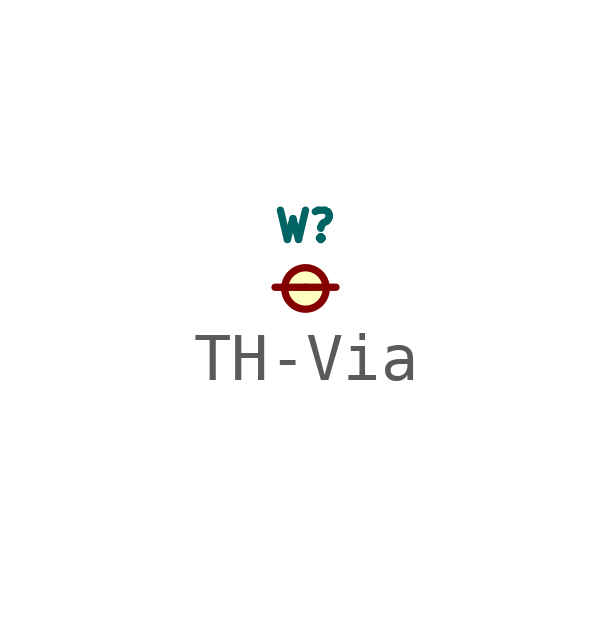
<source format=kicad_sym>
(kicad_symbol_lib
  (version 20220914)
  (generator kicad_symbol_editor)
  (symbol "TH-Via"
    (pin_numbers hide)
    (pin_names
      (offset 0))
    (property "Reference" "W"
      (at 0.635 1.27 0)
      (effects (font (size 0.61 0.61))))
    (symbol "TH-Via_0_1"
      (circle (center 0.635 -0.025) (radius 0.432) (stroke (width 0) (type solid)) (fill (type background))))
    (symbol "TH-Via_1_1"
      (pin passive line (at 0 0 0) (length 0.635) (name "~" (effects (font (size 1.27 1.27)))) (number "1" (effects (font (size 1.27 1.27)))))
      (pin passive line (at 1.27 0 180) (length 0.635) (name "~" (effects (font (size 1.27 1.27)))) (number "1" (effects (font (size 1.27 1.27))))))))
</source>
